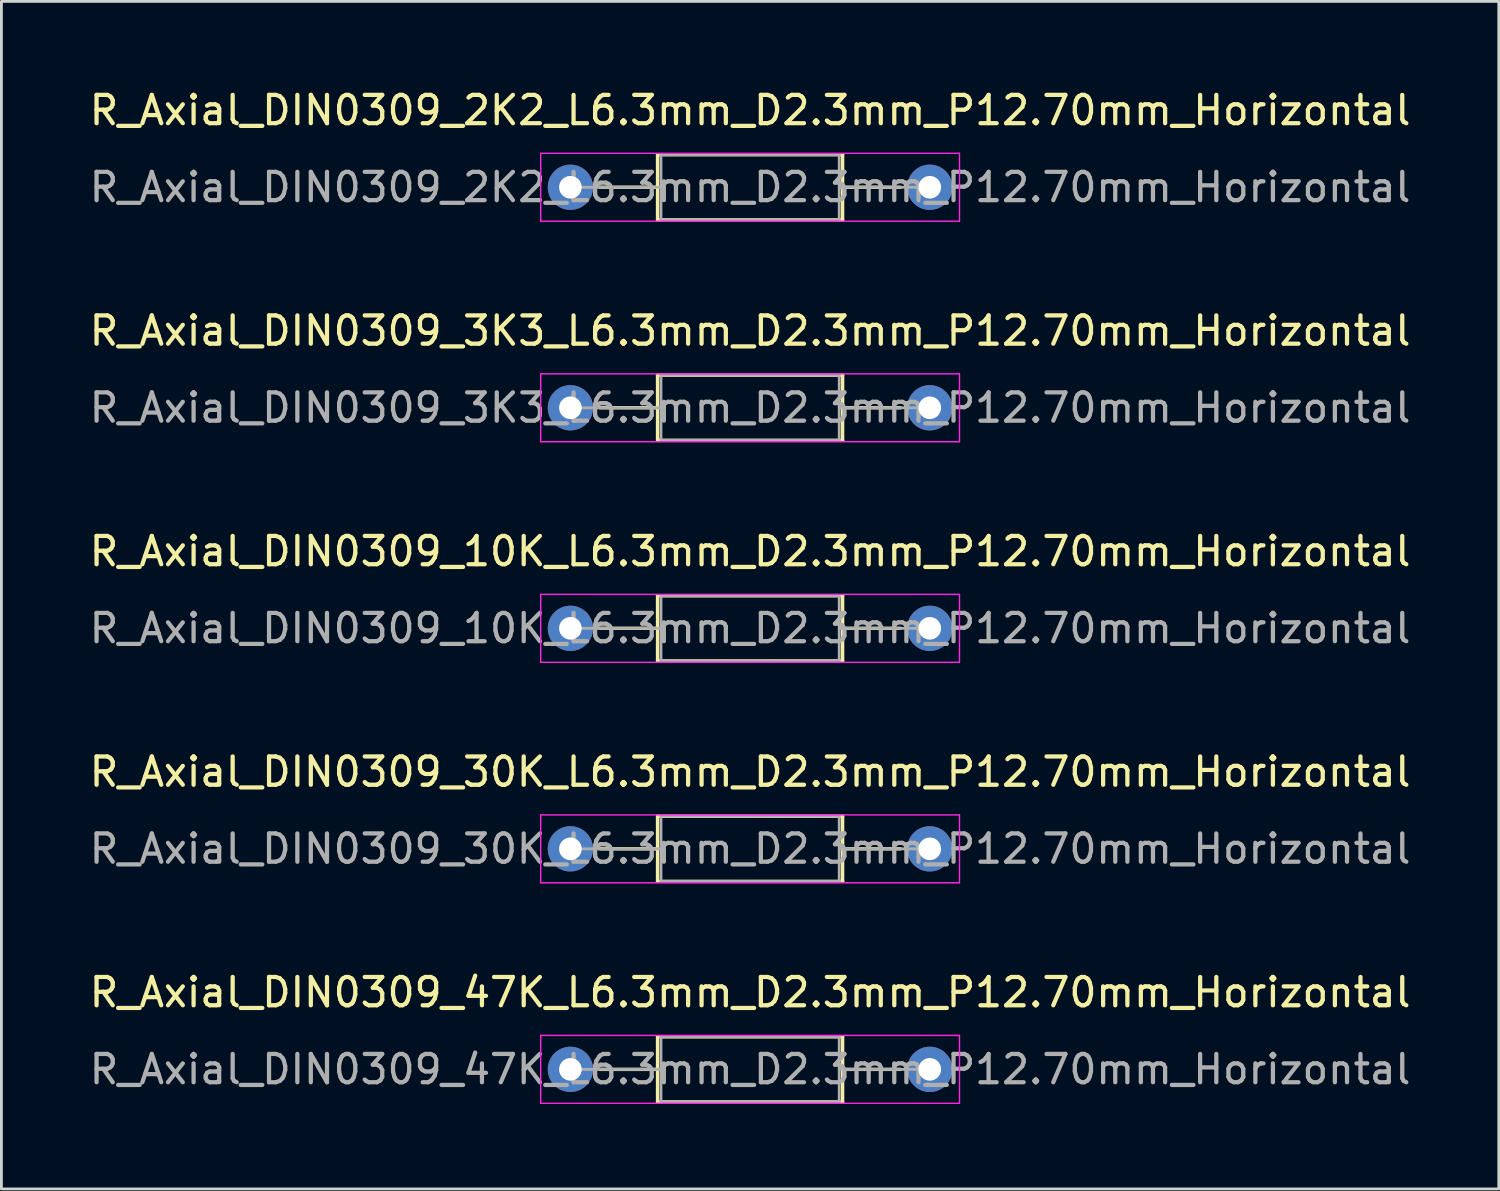
<source format=kicad_pcb>
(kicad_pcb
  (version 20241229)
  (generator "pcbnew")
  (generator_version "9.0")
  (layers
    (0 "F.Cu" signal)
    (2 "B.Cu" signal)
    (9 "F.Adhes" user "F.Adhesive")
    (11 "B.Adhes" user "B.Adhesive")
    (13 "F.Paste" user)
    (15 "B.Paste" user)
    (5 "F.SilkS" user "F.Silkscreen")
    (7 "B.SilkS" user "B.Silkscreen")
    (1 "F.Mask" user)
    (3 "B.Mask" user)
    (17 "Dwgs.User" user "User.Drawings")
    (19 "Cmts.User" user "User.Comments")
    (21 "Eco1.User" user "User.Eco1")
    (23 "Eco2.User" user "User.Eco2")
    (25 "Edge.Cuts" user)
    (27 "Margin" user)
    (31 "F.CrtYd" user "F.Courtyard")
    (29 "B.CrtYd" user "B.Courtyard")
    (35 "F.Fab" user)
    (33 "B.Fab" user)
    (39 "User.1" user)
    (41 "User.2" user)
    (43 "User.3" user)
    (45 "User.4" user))
  (footprint "R_Axial_DIN0309_10K_L6.3mm_D2.3mm_P12.70mm_Horizontal"
    (layer "F.Cu")
    (at 17.108 19.155)
    (property "Reference" "R_Axial_DIN0309_10K_L6.3mm_D2.3mm_P12.70mm_Horizontal" (at 6.35 -2.72 180) (layer "F.SilkS") (effects (font (size 1 1) (thickness 0.15))))
    (attr through_hole)
    (fp_circle (center 0 0) (end 1.2 0) (stroke (width 0) (type solid)) (fill yes) (layer "B.Mask"))
    (fp_circle (center 12.7 0) (end 13.9 0) (stroke (width 0) (type solid)) (fill yes) (layer "B.Mask"))
    (fp_line (start 1.04 0) (end 3.08 0) (stroke (width 0.12) (type solid)) (layer "F.SilkS"))
    (fp_line (start 3.08 -1.15) (end 3.08 1.15) (stroke (width 0.12) (type solid)) (layer "F.SilkS"))
    (fp_line (start 3.08 1.15) (end 9.62 1.15) (stroke (width 0.12) (type solid)) (layer "F.SilkS"))
    (fp_line (start 9.62 -1.15) (end 3.08 -1.15) (stroke (width 0.12) (type solid)) (layer "F.SilkS"))
    (fp_line (start 9.62 1.15) (end 9.62 -1.15) (stroke (width 0.12) (type solid)) (layer "F.SilkS"))
    (fp_line (start 11.66 0) (end 9.62 0) (stroke (width 0.12) (type solid)) (layer "F.SilkS"))
    (fp_line (start -1.05 -1.2) (end -1.05 1.2) (stroke (width 0.05) (type solid)) (layer "F.CrtYd"))
    (fp_line (start -1.05 1.2) (end 13.75 1.2) (stroke (width 0.05) (type solid)) (layer "F.CrtYd"))
    (fp_line (start 13.75 -1.2) (end -1.05 -1.2) (stroke (width 0.05) (type solid)) (layer "F.CrtYd"))
    (fp_line (start 13.75 1.2) (end 13.75 -1.2) (stroke (width 0.05) (type solid)) (layer "F.CrtYd"))
    (fp_line (start 0 0) (end 3.2 0) (stroke (width 0.1) (type solid)) (layer "F.Fab"))
    (fp_line (start 3.2 -1.15) (end 3.2 1.15) (stroke (width 0.1) (type solid)) (layer "F.Fab"))
    (fp_line (start 3.2 1.15) (end 9.5 1.15) (stroke (width 0.1) (type solid)) (layer "F.Fab"))
    (fp_line (start 9.5 -1.15) (end 3.2 -1.15) (stroke (width 0.1) (type solid)) (layer "F.Fab"))
    (fp_line (start 9.5 1.15) (end 9.5 -1.15) (stroke (width 0.1) (type solid)) (layer "F.Fab"))
    (fp_line (start 12.7 0) (end 9.5 0) (stroke (width 0.1) (type solid)) (layer "F.Fab"))
    (fp_text user "${REFERENCE}" (at 6.35 0 180) (layer "F.Fab") (effects (font (size 1 1) (thickness 0.15))))
    (pad "1" thru_hole circle (at 0 0) (size 1.6 1.6) (drill 0.8) (layers "*.Cu" "*.Mask"))
    (pad "2" thru_hole oval (at 12.7 0) (size 1.6 1.6) (drill 0.8) (layers "*.Cu" "*.Mask")))
  (footprint "R_Axial_DIN0309_3K3_L6.3mm_D2.3mm_P12.70mm_Horizontal"
    (layer "F.Cu")
    (at 17.108 11.361)
    (property "Reference" "R_Axial_DIN0309_3K3_L6.3mm_D2.3mm_P12.70mm_Horizontal" (at 6.35 -2.72 180) (layer "F.SilkS") (effects (font (size 1 1) (thickness 0.15))))
    (attr through_hole)
    (fp_circle (center 0 0) (end 1.2 0) (stroke (width 0) (type solid)) (fill yes) (layer "B.Mask"))
    (fp_circle (center 12.7 0) (end 13.9 0) (stroke (width 0) (type solid)) (fill yes) (layer "B.Mask"))
    (fp_line (start 1.04 0) (end 3.08 0) (stroke (width 0.12) (type solid)) (layer "F.SilkS"))
    (fp_line (start 3.08 -1.15) (end 3.08 1.15) (stroke (width 0.12) (type solid)) (layer "F.SilkS"))
    (fp_line (start 3.08 1.15) (end 9.62 1.15) (stroke (width 0.12) (type solid)) (layer "F.SilkS"))
    (fp_line (start 9.62 -1.15) (end 3.08 -1.15) (stroke (width 0.12) (type solid)) (layer "F.SilkS"))
    (fp_line (start 9.62 1.15) (end 9.62 -1.15) (stroke (width 0.12) (type solid)) (layer "F.SilkS"))
    (fp_line (start 11.66 0) (end 9.62 0) (stroke (width 0.12) (type solid)) (layer "F.SilkS"))
    (fp_line (start -1.05 -1.2) (end -1.05 1.2) (stroke (width 0.05) (type solid)) (layer "F.CrtYd"))
    (fp_line (start -1.05 1.2) (end 13.75 1.2) (stroke (width 0.05) (type solid)) (layer "F.CrtYd"))
    (fp_line (start 13.75 -1.2) (end -1.05 -1.2) (stroke (width 0.05) (type solid)) (layer "F.CrtYd"))
    (fp_line (start 13.75 1.2) (end 13.75 -1.2) (stroke (width 0.05) (type solid)) (layer "F.CrtYd"))
    (fp_line (start 0 0) (end 3.2 0) (stroke (width 0.1) (type solid)) (layer "F.Fab"))
    (fp_line (start 3.2 -1.15) (end 3.2 1.15) (stroke (width 0.1) (type solid)) (layer "F.Fab"))
    (fp_line (start 3.2 1.15) (end 9.5 1.15) (stroke (width 0.1) (type solid)) (layer "F.Fab"))
    (fp_line (start 9.5 -1.15) (end 3.2 -1.15) (stroke (width 0.1) (type solid)) (layer "F.Fab"))
    (fp_line (start 9.5 1.15) (end 9.5 -1.15) (stroke (width 0.1) (type solid)) (layer "F.Fab"))
    (fp_line (start 12.7 0) (end 9.5 0) (stroke (width 0.1) (type solid)) (layer "F.Fab"))
    (fp_text user "${REFERENCE}" (at 6.35 0 180) (layer "F.Fab") (effects (font (size 1 1) (thickness 0.15))))
    (pad "1" thru_hole circle (at 0 0) (size 1.6 1.6) (drill 0.8) (layers "*.Cu" "*.Mask"))
    (pad "2" thru_hole oval (at 12.7 0) (size 1.6 1.6) (drill 0.8) (layers "*.Cu" "*.Mask")))
  (footprint "R_Axial_DIN0309_47K_L6.3mm_D2.3mm_P12.70mm_Horizontal"
    (layer "F.Cu")
    (at 17.108 34.741)
    (property "Reference" "R_Axial_DIN0309_47K_L6.3mm_D2.3mm_P12.70mm_Horizontal" (at 6.35 -2.72 180) (layer "F.SilkS") (effects (font (size 1 1) (thickness 0.15))))
    (attr through_hole)
    (fp_circle (center 0 0) (end 1.2 0) (stroke (width 0) (type solid)) (fill yes) (layer "B.Mask"))
    (fp_circle (center 12.7 0) (end 13.9 0) (stroke (width 0) (type solid)) (fill yes) (layer "B.Mask"))
    (fp_line (start 1.04 0) (end 3.08 0) (stroke (width 0.12) (type solid)) (layer "F.SilkS"))
    (fp_line (start 3.08 -1.15) (end 3.08 1.15) (stroke (width 0.12) (type solid)) (layer "F.SilkS"))
    (fp_line (start 3.08 1.15) (end 9.62 1.15) (stroke (width 0.12) (type solid)) (layer "F.SilkS"))
    (fp_line (start 9.62 -1.15) (end 3.08 -1.15) (stroke (width 0.12) (type solid)) (layer "F.SilkS"))
    (fp_line (start 9.62 1.15) (end 9.62 -1.15) (stroke (width 0.12) (type solid)) (layer "F.SilkS"))
    (fp_line (start 11.66 0) (end 9.62 0) (stroke (width 0.12) (type solid)) (layer "F.SilkS"))
    (fp_line (start -1.05 -1.2) (end -1.05 1.2) (stroke (width 0.05) (type solid)) (layer "F.CrtYd"))
    (fp_line (start -1.05 1.2) (end 13.75 1.2) (stroke (width 0.05) (type solid)) (layer "F.CrtYd"))
    (fp_line (start 13.75 -1.2) (end -1.05 -1.2) (stroke (width 0.05) (type solid)) (layer "F.CrtYd"))
    (fp_line (start 13.75 1.2) (end 13.75 -1.2) (stroke (width 0.05) (type solid)) (layer "F.CrtYd"))
    (fp_line (start 0 0) (end 3.2 0) (stroke (width 0.1) (type solid)) (layer "F.Fab"))
    (fp_line (start 3.2 -1.15) (end 3.2 1.15) (stroke (width 0.1) (type solid)) (layer "F.Fab"))
    (fp_line (start 3.2 1.15) (end 9.5 1.15) (stroke (width 0.1) (type solid)) (layer "F.Fab"))
    (fp_line (start 9.5 -1.15) (end 3.2 -1.15) (stroke (width 0.1) (type solid)) (layer "F.Fab"))
    (fp_line (start 9.5 1.15) (end 9.5 -1.15) (stroke (width 0.1) (type solid)) (layer "F.Fab"))
    (fp_line (start 12.7 0) (end 9.5 0) (stroke (width 0.1) (type solid)) (layer "F.Fab"))
    (fp_text user "${REFERENCE}" (at 6.35 0 180) (layer "F.Fab") (effects (font (size 1 1) (thickness 0.15))))
    (pad "1" thru_hole circle (at 0 0) (size 1.6 1.6) (drill 0.8) (layers "*.Cu" "*.Mask"))
    (pad "2" thru_hole oval (at 12.7 0) (size 1.6 1.6) (drill 0.8) (layers "*.Cu" "*.Mask")))
  (footprint "R_Axial_DIN0309_30K_L6.3mm_D2.3mm_P12.70mm_Horizontal"
    (layer "F.Cu")
    (at 17.108 26.948)
    (property "Reference" "R_Axial_DIN0309_30K_L6.3mm_D2.3mm_P12.70mm_Horizontal" (at 6.35 -2.72 180) (layer "F.SilkS") (effects (font (size 1 1) (thickness 0.15))))
    (attr through_hole)
    (fp_circle (center 0 0) (end 1.2 0) (stroke (width 0) (type solid)) (fill yes) (layer "B.Mask"))
    (fp_circle (center 12.7 0) (end 13.9 0) (stroke (width 0) (type solid)) (fill yes) (layer "B.Mask"))
    (fp_line (start 1.04 0) (end 3.08 0) (stroke (width 0.12) (type solid)) (layer "F.SilkS"))
    (fp_line (start 3.08 -1.15) (end 3.08 1.15) (stroke (width 0.12) (type solid)) (layer "F.SilkS"))
    (fp_line (start 3.08 1.15) (end 9.62 1.15) (stroke (width 0.12) (type solid)) (layer "F.SilkS"))
    (fp_line (start 9.62 -1.15) (end 3.08 -1.15) (stroke (width 0.12) (type solid)) (layer "F.SilkS"))
    (fp_line (start 9.62 1.15) (end 9.62 -1.15) (stroke (width 0.12) (type solid)) (layer "F.SilkS"))
    (fp_line (start 11.66 0) (end 9.62 0) (stroke (width 0.12) (type solid)) (layer "F.SilkS"))
    (fp_line (start -1.05 -1.2) (end -1.05 1.2) (stroke (width 0.05) (type solid)) (layer "F.CrtYd"))
    (fp_line (start -1.05 1.2) (end 13.75 1.2) (stroke (width 0.05) (type solid)) (layer "F.CrtYd"))
    (fp_line (start 13.75 -1.2) (end -1.05 -1.2) (stroke (width 0.05) (type solid)) (layer "F.CrtYd"))
    (fp_line (start 13.75 1.2) (end 13.75 -1.2) (stroke (width 0.05) (type solid)) (layer "F.CrtYd"))
    (fp_line (start 0 0) (end 3.2 0) (stroke (width 0.1) (type solid)) (layer "F.Fab"))
    (fp_line (start 3.2 -1.15) (end 3.2 1.15) (stroke (width 0.1) (type solid)) (layer "F.Fab"))
    (fp_line (start 3.2 1.15) (end 9.5 1.15) (stroke (width 0.1) (type solid)) (layer "F.Fab"))
    (fp_line (start 9.5 -1.15) (end 3.2 -1.15) (stroke (width 0.1) (type solid)) (layer "F.Fab"))
    (fp_line (start 9.5 1.15) (end 9.5 -1.15) (stroke (width 0.1) (type solid)) (layer "F.Fab"))
    (fp_line (start 12.7 0) (end 9.5 0) (stroke (width 0.1) (type solid)) (layer "F.Fab"))
    (fp_text user "${REFERENCE}" (at 6.35 0 180) (layer "F.Fab") (effects (font (size 1 1) (thickness 0.15))))
    (pad "1" thru_hole circle (at 0 0) (size 1.6 1.6) (drill 0.8) (layers "*.Cu" "*.Mask"))
    (pad "2" thru_hole oval (at 12.7 0) (size 1.6 1.6) (drill 0.8) (layers "*.Cu" "*.Mask")))
  (footprint "R_Axial_DIN0309_2K2_L6.3mm_D2.3mm_P12.70mm_Horizontal"
    (layer "F.Cu")
    (at 17.108 3.568)
    (property "Reference" "R_Axial_DIN0309_2K2_L6.3mm_D2.3mm_P12.70mm_Horizontal" (at 6.35 -2.72 180) (layer "F.SilkS") (effects (font (size 1 1) (thickness 0.15))))
    (attr through_hole)
    (fp_circle (center 0 0) (end 1.2 0) (stroke (width 0) (type solid)) (fill yes) (layer "B.Mask"))
    (fp_circle (center 12.7 0) (end 13.9 0) (stroke (width 0) (type solid)) (fill yes) (layer "B.Mask"))
    (fp_line (start 1.04 0) (end 3.08 0) (stroke (width 0.12) (type solid)) (layer "F.SilkS"))
    (fp_line (start 3.08 -1.15) (end 3.08 1.15) (stroke (width 0.12) (type solid)) (layer "F.SilkS"))
    (fp_line (start 3.08 1.15) (end 9.62 1.15) (stroke (width 0.12) (type solid)) (layer "F.SilkS"))
    (fp_line (start 9.62 -1.15) (end 3.08 -1.15) (stroke (width 0.12) (type solid)) (layer "F.SilkS"))
    (fp_line (start 9.62 1.15) (end 9.62 -1.15) (stroke (width 0.12) (type solid)) (layer "F.SilkS"))
    (fp_line (start 11.66 0) (end 9.62 0) (stroke (width 0.12) (type solid)) (layer "F.SilkS"))
    (fp_line (start -1.05 -1.2) (end -1.05 1.2) (stroke (width 0.05) (type solid)) (layer "F.CrtYd"))
    (fp_line (start -1.05 1.2) (end 13.75 1.2) (stroke (width 0.05) (type solid)) (layer "F.CrtYd"))
    (fp_line (start 13.75 -1.2) (end -1.05 -1.2) (stroke (width 0.05) (type solid)) (layer "F.CrtYd"))
    (fp_line (start 13.75 1.2) (end 13.75 -1.2) (stroke (width 0.05) (type solid)) (layer "F.CrtYd"))
    (fp_line (start 0 0) (end 3.2 0) (stroke (width 0.1) (type solid)) (layer "F.Fab"))
    (fp_line (start 3.2 -1.15) (end 3.2 1.15) (stroke (width 0.1) (type solid)) (layer "F.Fab"))
    (fp_line (start 3.2 1.15) (end 9.5 1.15) (stroke (width 0.1) (type solid)) (layer "F.Fab"))
    (fp_line (start 9.5 -1.15) (end 3.2 -1.15) (stroke (width 0.1) (type solid)) (layer "F.Fab"))
    (fp_line (start 9.5 1.15) (end 9.5 -1.15) (stroke (width 0.1) (type solid)) (layer "F.Fab"))
    (fp_line (start 12.7 0) (end 9.5 0) (stroke (width 0.1) (type solid)) (layer "F.Fab"))
    (fp_text user "${REFERENCE}" (at 6.35 0 180) (layer "F.Fab") (effects (font (size 1 1) (thickness 0.15))))
    (pad "1" thru_hole circle (at 0 0) (size 1.6 1.6) (drill 0.8) (layers "*.Cu" "*.Mask"))
    (pad "2" thru_hole oval (at 12.7 0) (size 1.6 1.6) (drill 0.8) (layers "*.Cu" "*.Mask")))
  (gr_rect
    (start -3 -3)
    (end 49.917 38.966)
    (stroke (width 0.1) (type default))
    (fill no)
    (layer "Edge.Cuts")))
</source>
